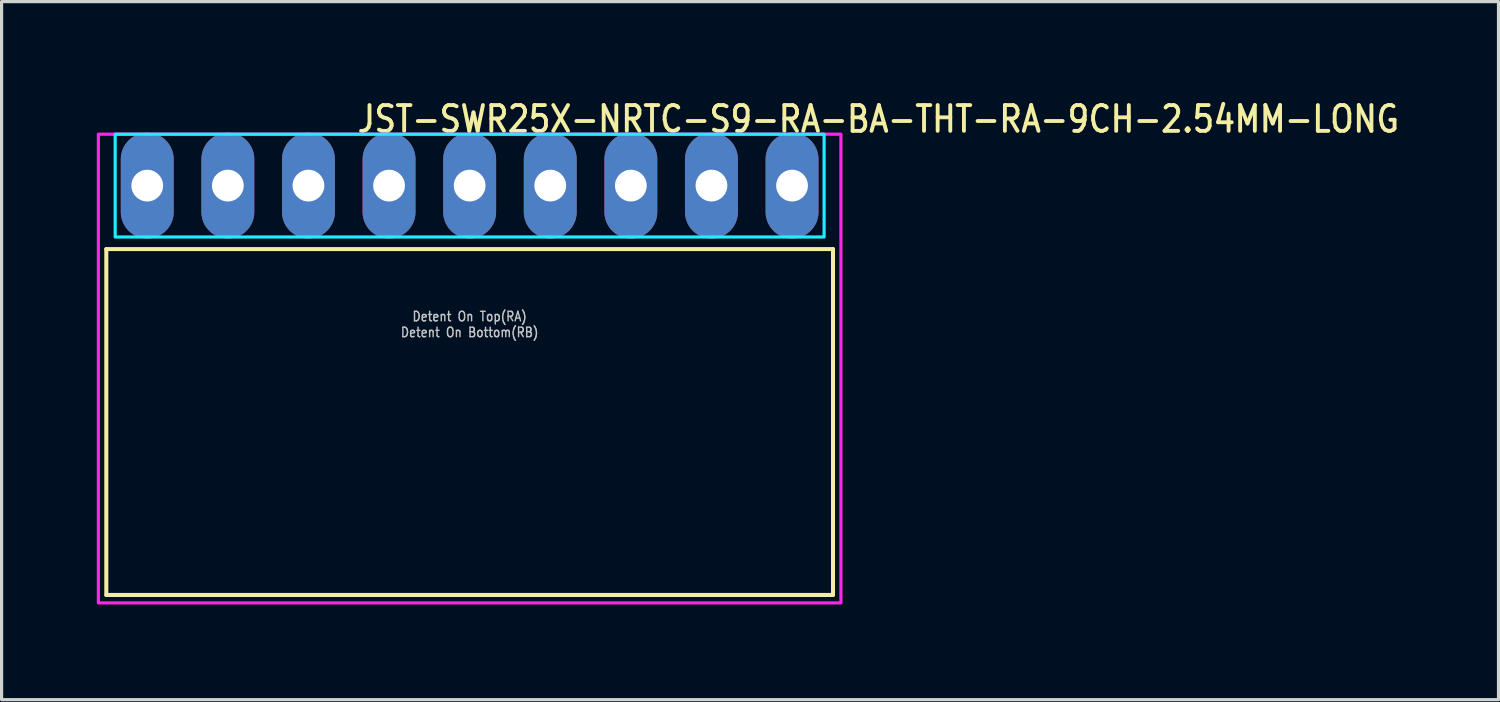
<source format=kicad_pcb>
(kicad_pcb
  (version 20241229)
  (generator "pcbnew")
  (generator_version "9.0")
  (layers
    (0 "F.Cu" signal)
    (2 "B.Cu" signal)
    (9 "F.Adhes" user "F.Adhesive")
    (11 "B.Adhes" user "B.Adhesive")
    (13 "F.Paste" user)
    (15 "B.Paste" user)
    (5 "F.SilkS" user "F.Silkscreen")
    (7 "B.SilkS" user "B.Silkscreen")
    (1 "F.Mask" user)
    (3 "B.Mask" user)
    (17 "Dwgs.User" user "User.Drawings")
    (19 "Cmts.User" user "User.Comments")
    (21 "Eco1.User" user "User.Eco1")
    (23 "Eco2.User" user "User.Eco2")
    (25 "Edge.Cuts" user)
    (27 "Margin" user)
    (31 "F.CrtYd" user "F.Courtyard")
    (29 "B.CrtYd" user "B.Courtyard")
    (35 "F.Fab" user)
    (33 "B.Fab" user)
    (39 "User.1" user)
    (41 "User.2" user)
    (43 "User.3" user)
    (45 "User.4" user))
  (footprint "JST-SWR25X-NRTC-S9-RA-BA-THT-RA-9CH-2.54MM-LONG"
    (layer "F.Cu")
    (at 11.75 2.799)
    (property "Reference" "JST-SWR25X-NRTC-S9-RA-BA-THT-RA-9CH-2.54MM-LONG" (at -3.6 -1.62 0) (unlocked yes) (layer "F.SilkS") (effects (font (size 0.813 0.695) (thickness 0.122)) (justify left bottom)))
    (fp_line (start -11.45 2) (end 11.45 2) (stroke (width 0.127) (type solid)) (layer "F.SilkS"))
    (fp_line (start -11.45 12.9) (end -11.45 2) (stroke (width 0.127) (type solid)) (layer "F.SilkS"))
    (fp_line (start -11.45 12.9) (end 11.45 12.9) (stroke (width 0.127) (type solid)) (layer "F.SilkS"))
    (fp_line (start 11.45 2) (end 11.45 12.9) (stroke (width 0.127) (type solid)) (layer "F.SilkS"))
    (fp_poly (pts (xy -11.17 -1.62) (xy -11.17 1.62) (xy 11.17 1.62) (xy 11.17 -1.62)) (stroke (width 0.1) (type solid)) (fill no) (layer "B.CrtYd"))
    (fp_poly (pts (xy -11.7 -1.62) (xy -11.7 13.15) (xy 11.7 13.15) (xy 11.7 -1.62)) (stroke (width 0.1) (type solid)) (fill no) (layer "F.CrtYd"))
    (fp_text user "Detent On Bottom(RB)" (at 0 4.8 0) (unlocked yes) (layer "Dwgs.User") (effects (font (size 0.3 0.257) (thickness 0.045)) (justify bottom)))
    (fp_text user "Detent On Top(RA)" (at 0 4.3 0) (unlocked yes) (layer "Dwgs.User") (effects (font (size 0.3 0.257) (thickness 0.045)) (justify bottom)))
    (pad "1" thru_hole oval (at -10.16 0 90) (size 3.333 1.667) (drill 1) (layers "*.Cu" "*.Mask"))
    (pad "2" thru_hole oval (at -7.62 0 90) (size 3.333 1.667) (drill 1) (layers "*.Cu" "*.Mask"))
    (pad "3" thru_hole oval (at -5.08 0 90) (size 3.333 1.667) (drill 1) (layers "*.Cu" "*.Mask"))
    (pad "4" thru_hole oval (at -2.54 0 90) (size 3.333 1.667) (drill 1) (layers "*.Cu" "*.Mask"))
    (pad "5" thru_hole oval (at 0 0 90) (size 3.333 1.667) (drill 1) (layers "*.Cu" "*.Mask"))
    (pad "6" thru_hole oval (at 2.54 0 90) (size 3.333 1.667) (drill 1) (layers "*.Cu" "*.Mask"))
    (pad "7" thru_hole oval (at 5.08 0 90) (size 3.333 1.667) (drill 1) (layers "*.Cu" "*.Mask"))
    (pad "8" thru_hole oval (at 7.62 0 90) (size 3.333 1.667) (drill 1) (layers "*.Cu" "*.Mask"))
    (pad "9" thru_hole oval (at 10.16 0 90) (size 3.333 1.667) (drill 1) (layers "*.Cu" "*.Mask")))
  (gr_rect
    (start -3 -3)
    (end 44.172 18.999)
    (stroke (width 0.1) (type default))
    (fill no)
    (layer "Edge.Cuts")))
</source>
